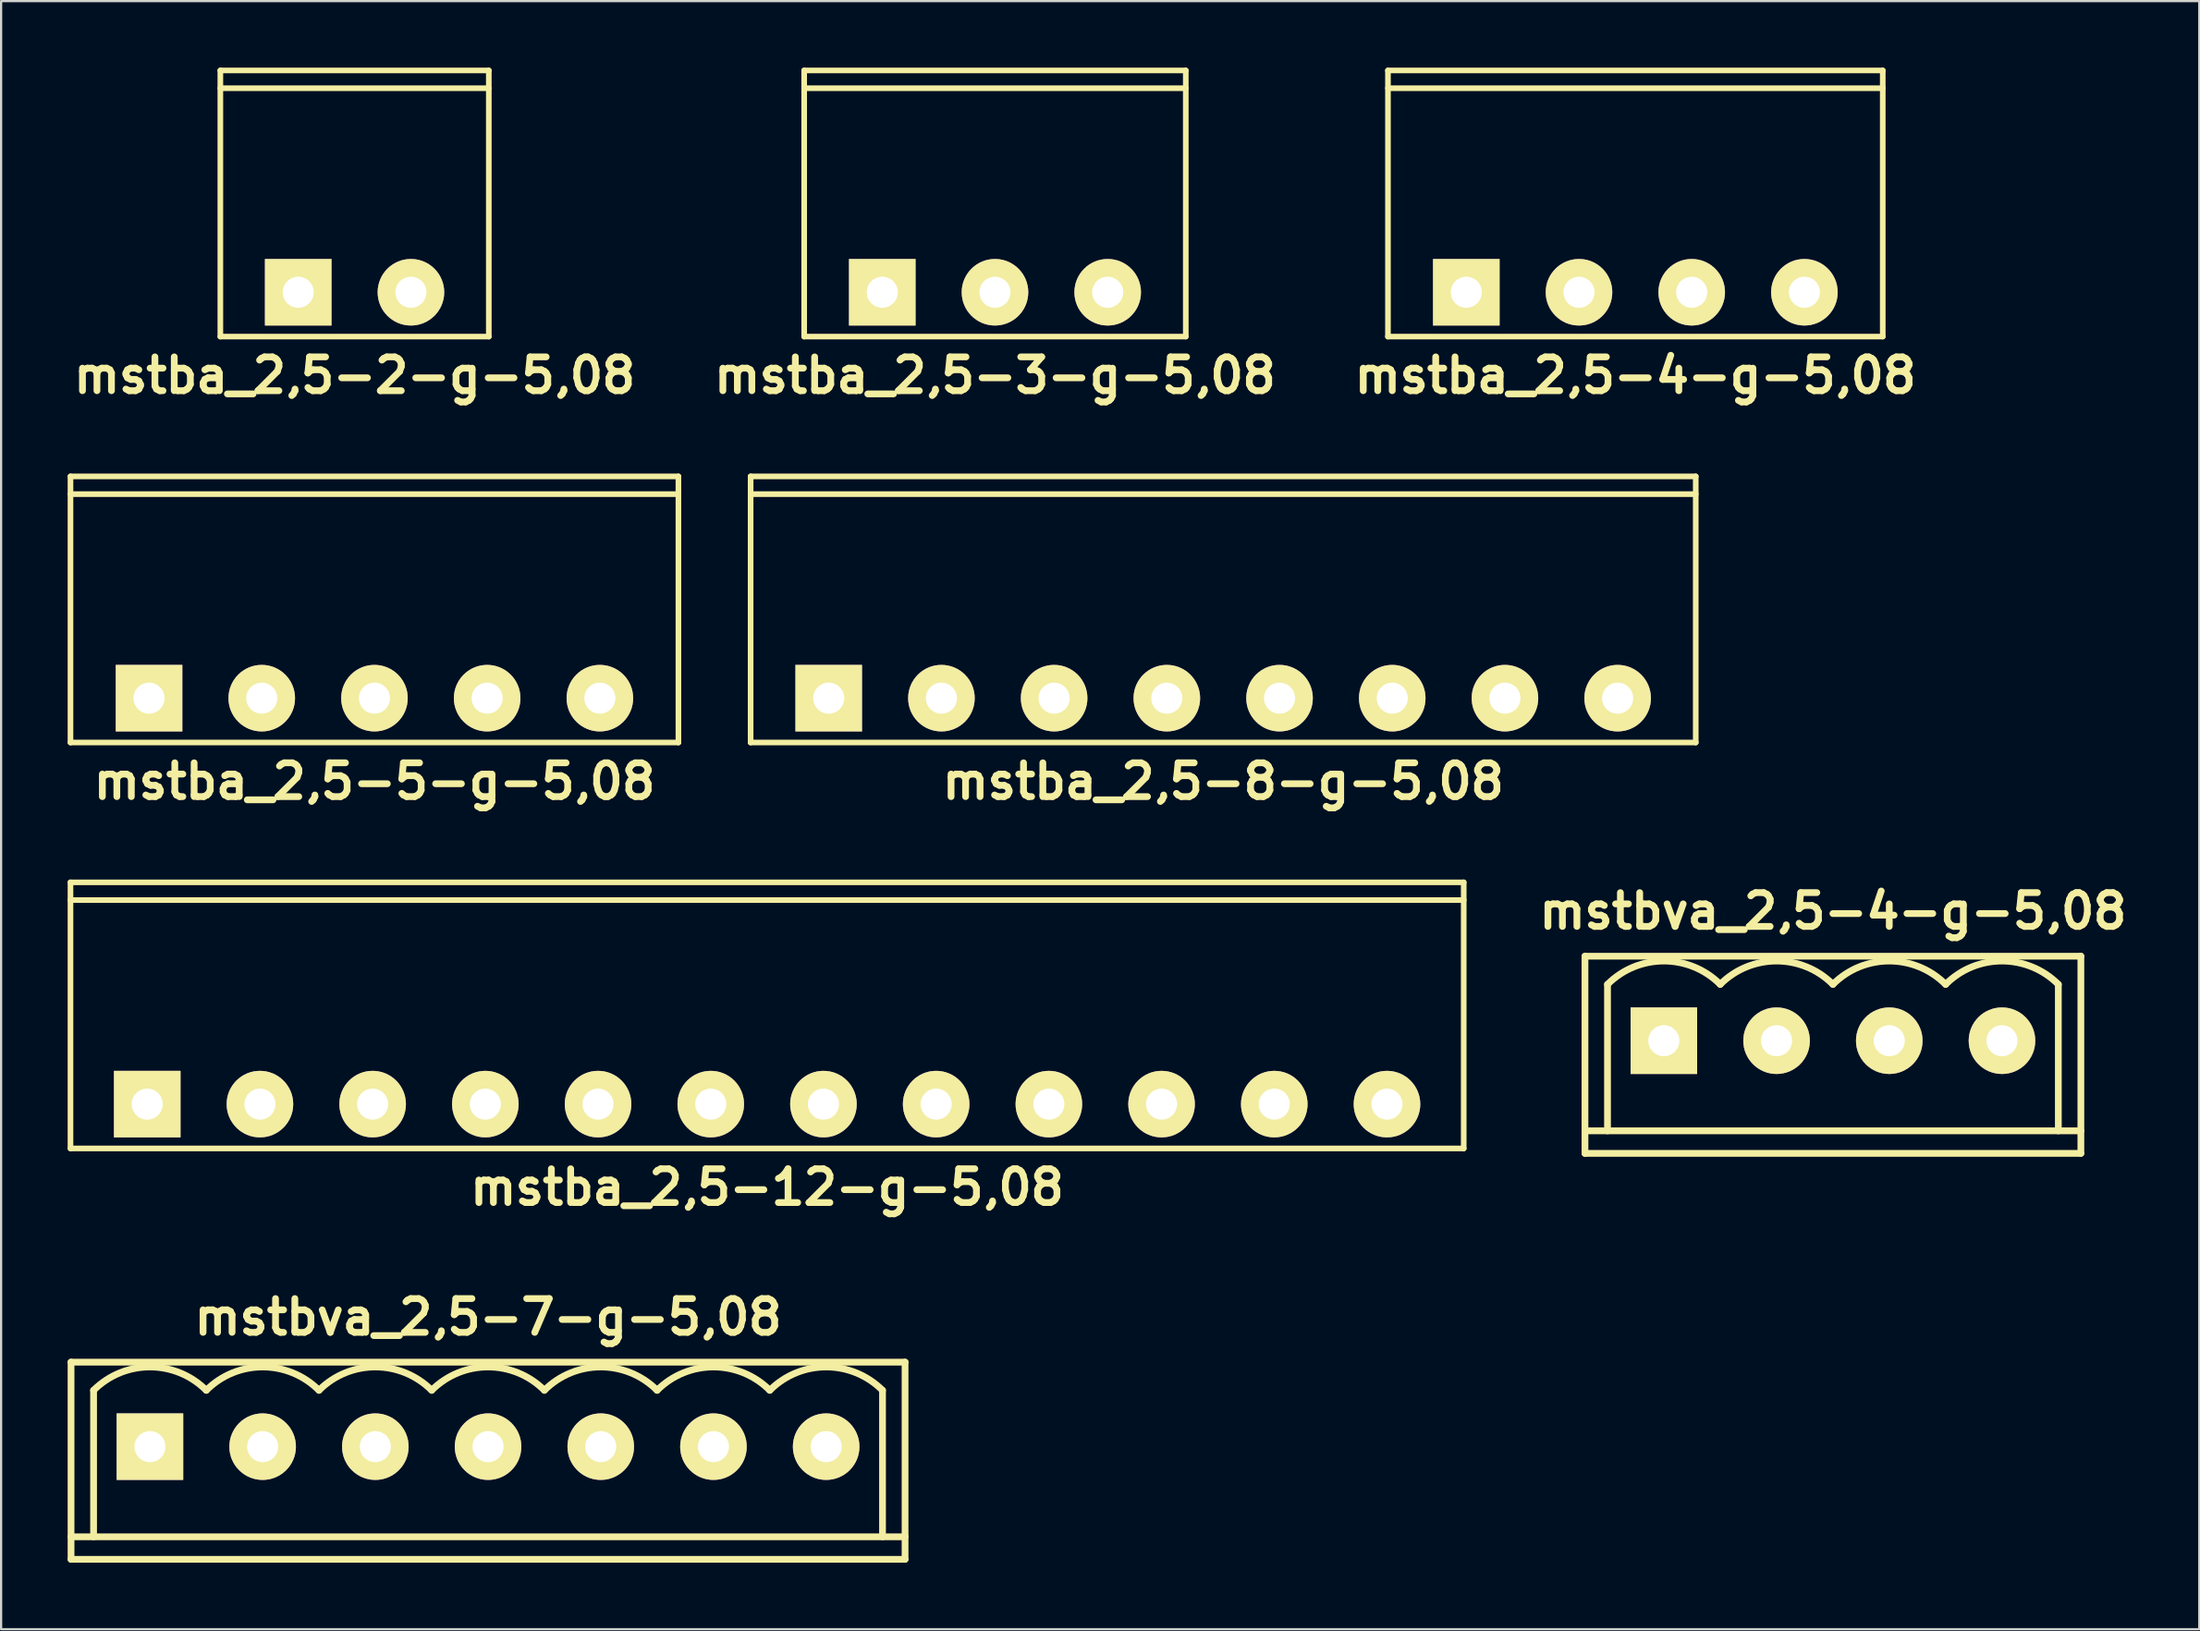
<source format=kicad_pcb>
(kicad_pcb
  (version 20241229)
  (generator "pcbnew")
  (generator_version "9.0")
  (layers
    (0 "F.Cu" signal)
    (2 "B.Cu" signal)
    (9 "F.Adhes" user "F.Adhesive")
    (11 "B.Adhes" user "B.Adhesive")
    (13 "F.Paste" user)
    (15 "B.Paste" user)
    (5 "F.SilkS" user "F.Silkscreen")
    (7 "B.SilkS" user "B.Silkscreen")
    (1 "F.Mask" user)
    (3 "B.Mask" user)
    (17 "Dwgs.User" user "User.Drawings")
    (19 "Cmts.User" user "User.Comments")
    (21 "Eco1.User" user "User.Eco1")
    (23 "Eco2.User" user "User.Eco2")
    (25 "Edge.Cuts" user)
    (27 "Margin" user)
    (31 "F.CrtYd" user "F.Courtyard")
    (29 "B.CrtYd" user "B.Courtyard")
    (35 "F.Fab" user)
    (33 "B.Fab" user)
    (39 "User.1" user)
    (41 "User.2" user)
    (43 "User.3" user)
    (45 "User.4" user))
  (footprint "mstba_2,5-8-g-5,08"
    (layer "F.Cu")
    (at 52.083 28.429)
    (property "Reference" "mstba_2,5-8-g-5,08" (at 0 3.749 0) (layer "F.SilkS") (effects (font (size 1.524 1.524) (thickness 0.305))))
    (attr through_hole)
    (fp_line (start -21.3 -10) (end -21.3 1.999) (stroke (width 0.254) (type solid)) (layer "F.SilkS"))
    (fp_line (start -21.3 -9.2) (end 21.3 -9.2) (stroke (width 0.254) (type solid)) (layer "F.SilkS"))
    (fp_line (start -21.3 1.999) (end 21.3 1.999) (stroke (width 0.254) (type solid)) (layer "F.SilkS"))
    (fp_line (start 21.3 -10) (end -21.3 -10) (stroke (width 0.254) (type solid)) (layer "F.SilkS"))
    (fp_line (start 21.3 1.999) (end 21.3 -10) (stroke (width 0.254) (type solid)) (layer "F.SilkS"))
    (pad "1" thru_hole rect (at -17.78 0) (size 3 3) (drill 1.4) (layers "*.Cu" "*.Mask" "F.SilkS"))
    (pad "2" thru_hole circle (at -12.7 0) (size 3 3) (drill 1.4) (layers "*.Cu" "*.Mask" "F.SilkS"))
    (pad "3" thru_hole circle (at -7.62 0) (size 3 3) (drill 1.4) (layers "*.Cu" "*.Mask" "F.SilkS"))
    (pad "4" thru_hole circle (at -2.54 0) (size 3 3) (drill 1.4) (layers "*.Cu" "*.Mask" "F.SilkS"))
    (pad "5" thru_hole circle (at 2.54 0) (size 3 3) (drill 1.4) (layers "*.Cu" "*.Mask" "F.SilkS"))
    (pad "6" thru_hole circle (at 7.62 0) (size 3 3) (drill 1.4) (layers "*.Cu" "*.Mask" "F.SilkS"))
    (pad "7" thru_hole circle (at 12.7 0) (size 3 3) (drill 1.4) (layers "*.Cu" "*.Mask" "F.SilkS"))
    (pad "8" thru_hole circle (at 17.78 0) (size 3 3) (drill 1.4) (layers "*.Cu" "*.Mask" "F.SilkS")))
  (footprint "mstba_2,5-2-g-5,08"
    (layer "F.Cu")
    (at 12.932 10.127)
    (property "Reference" "mstba_2,5-2-g-5,08" (at 0 3.749 0) (layer "F.SilkS") (effects (font (size 1.524 1.524) (thickness 0.305))))
    (attr through_hole)
    (fp_line (start -6.05 -9.2) (end 6.05 -9.2) (stroke (width 0.254) (type solid)) (layer "F.SilkS"))
    (fp_line (start -6.05 1.999) (end -6.05 -10) (stroke (width 0.254) (type solid)) (layer "F.SilkS"))
    (fp_line (start 6.05 -10) (end -6.05 -10) (stroke (width 0.254) (type solid)) (layer "F.SilkS"))
    (fp_line (start 6.05 1.999) (end -6.05 1.999) (stroke (width 0.254) (type solid)) (layer "F.SilkS"))
    (fp_line (start 6.05 1.999) (end 6.05 -10) (stroke (width 0.254) (type solid)) (layer "F.SilkS"))
    (pad "1" thru_hole rect (at -2.54 0) (size 3 3) (drill 1.4) (layers "*.Cu" "*.Mask" "F.SilkS"))
    (pad "2" thru_hole circle (at 2.54 0) (size 3 3) (drill 1.4) (layers "*.Cu" "*.Mask" "F.SilkS")))
  (footprint "mstbva_2,5-4-g-5,08"
    (layer "F.Cu")
    (at 79.566 43.873)
    (property "Reference" "mstbva_2,5-4-g-5,08" (at 0 -5.842 0) (layer "F.SilkS") (effects (font (size 1.524 1.524) (thickness 0.305))))
    (attr through_hole)
    (fp_line (start -11.176 -3.81) (end -11.176 5.08) (stroke (width 0.305) (type solid)) (layer "F.SilkS"))
    (fp_line (start -11.176 4.064) (end 11.176 4.064) (stroke (width 0.305) (type solid)) (layer "F.SilkS"))
    (fp_line (start -10.16 -2.54) (end -10.16 4.064) (stroke (width 0.305) (type solid)) (layer "F.SilkS"))
    (fp_line (start 10.16 -2.54) (end 10.16 4.064) (stroke (width 0.305) (type solid)) (layer "F.SilkS"))
    (fp_line (start 11.176 -3.81) (end -11.176 -3.81) (stroke (width 0.305) (type solid)) (layer "F.SilkS"))
    (fp_line (start 11.176 5.08) (end -11.176 5.08) (stroke (width 0.305) (type solid)) (layer "F.SilkS"))
    (fp_line (start 11.176 5.08) (end 11.176 -3.81) (stroke (width 0.305) (type solid)) (layer "F.SilkS"))
    (fp_arc (start -10.16 -2.54) (mid -7.62 -3.592102) (end -5.08 -2.54) (stroke (width 0.3048) (type solid)) (layer "F.SilkS"))
    (fp_arc (start -5.08 -2.54) (mid -2.54 -3.592102) (end 0 -2.54) (stroke (width 0.3048) (type solid)) (layer "F.SilkS"))
    (fp_arc (start 0 -2.54) (mid 2.54 -3.592102) (end 5.08 -2.54) (stroke (width 0.3048) (type solid)) (layer "F.SilkS"))
    (fp_arc (start 5.08 -2.54) (mid 7.62 -3.592102) (end 10.16 -2.54) (stroke (width 0.3048) (type solid)) (layer "F.SilkS"))
    (pad "1" thru_hole rect (at -7.62 0) (size 3 3) (drill 1.4) (layers "*.Cu" "*.Mask" "F.SilkS"))
    (pad "2" thru_hole circle (at -2.54 0) (size 3 3) (drill 1.4) (layers "*.Cu" "*.Mask" "F.SilkS"))
    (pad "3" thru_hole circle (at 2.54 0) (size 3 3) (drill 1.4) (layers "*.Cu" "*.Mask" "F.SilkS"))
    (pad "4" thru_hole circle (at 7.62 0) (size 3 3) (drill 1.4) (layers "*.Cu" "*.Mask" "F.SilkS")))
  (footprint "mstba_2,5-12-g-5,08"
    (layer "F.Cu")
    (at 31.526 46.732)
    (property "Reference" "mstba_2,5-12-g-5,08" (at 0 3.749 0) (layer "F.SilkS") (effects (font (size 1.524 1.524) (thickness 0.305))))
    (attr through_hole)
    (fp_line (start -31.399 -10) (end -31.399 1.999) (stroke (width 0.254) (type solid)) (layer "F.SilkS"))
    (fp_line (start -31.399 -9.2) (end 31.399 -9.2) (stroke (width 0.254) (type solid)) (layer "F.SilkS"))
    (fp_line (start -31.399 1.999) (end 31.399 1.999) (stroke (width 0.254) (type solid)) (layer "F.SilkS"))
    (fp_line (start 31.399 -10) (end -31.399 -10) (stroke (width 0.254) (type solid)) (layer "F.SilkS"))
    (fp_line (start 31.399 1.999) (end 31.399 -10) (stroke (width 0.254) (type solid)) (layer "F.SilkS"))
    (pad "1" thru_hole rect (at -27.94 0) (size 3 3) (drill 1.4) (layers "*.Cu" "*.Mask" "F.SilkS"))
    (pad "2" thru_hole circle (at -22.86 0) (size 3 3) (drill 1.4) (layers "*.Cu" "*.Mask" "F.SilkS"))
    (pad "3" thru_hole circle (at -17.78 0) (size 3 3) (drill 1.4) (layers "*.Cu" "*.Mask" "F.SilkS"))
    (pad "4" thru_hole circle (at -12.7 0) (size 3 3) (drill 1.4) (layers "*.Cu" "*.Mask" "F.SilkS"))
    (pad "5" thru_hole circle (at -7.62 0) (size 3 3) (drill 1.4) (layers "*.Cu" "*.Mask" "F.SilkS"))
    (pad "6" thru_hole circle (at -2.54 0) (size 3 3) (drill 1.4) (layers "*.Cu" "*.Mask" "F.SilkS"))
    (pad "7" thru_hole circle (at 2.54 0) (size 3 3) (drill 1.4) (layers "*.Cu" "*.Mask" "F.SilkS"))
    (pad "8" thru_hole circle (at 7.62 0) (size 3 3) (drill 1.4) (layers "*.Cu" "*.Mask" "F.SilkS"))
    (pad "9" thru_hole circle (at 12.7 0) (size 3 3) (drill 1.4) (layers "*.Cu" "*.Mask" "F.SilkS"))
    (pad "10" thru_hole circle (at 17.78 0) (size 3 3) (drill 1.4) (layers "*.Cu" "*.Mask" "F.SilkS"))
    (pad "11" thru_hole circle (at 22.86 0) (size 3 3) (drill 1.4) (layers "*.Cu" "*.Mask" "F.SilkS"))
    (pad "12" thru_hole circle (at 27.94 0) (size 3 3) (drill 1.4) (layers "*.Cu" "*.Mask" "F.SilkS")))
  (footprint "mstba_2,5-4-g-5,08"
    (layer "F.Cu")
    (at 70.661 10.127)
    (property "Reference" "mstba_2,5-4-g-5,08" (at 0 3.749 0) (layer "F.SilkS") (effects (font (size 1.524 1.524) (thickness 0.305))))
    (attr through_hole)
    (fp_line (start -11.151 -9.2) (end 11.151 -9.2) (stroke (width 0.254) (type solid)) (layer "F.SilkS"))
    (fp_line (start -11.151 1.999) (end -11.151 -10) (stroke (width 0.254) (type solid)) (layer "F.SilkS"))
    (fp_line (start -11.151 1.999) (end 11.151 1.999) (stroke (width 0.254) (type solid)) (layer "F.SilkS"))
    (fp_line (start 11.151 -10) (end -11.151 -10) (stroke (width 0.254) (type solid)) (layer "F.SilkS"))
    (fp_line (start 11.151 1.999) (end 11.151 -10) (stroke (width 0.254) (type solid)) (layer "F.SilkS"))
    (pad "1" thru_hole rect (at -7.62 0) (size 3 3) (drill 1.4) (layers "*.Cu" "*.Mask" "F.SilkS"))
    (pad "2" thru_hole circle (at -2.54 0) (size 3 3) (drill 1.4) (layers "*.Cu" "*.Mask" "F.SilkS"))
    (pad "3" thru_hole circle (at 2.54 0) (size 3 3) (drill 1.4) (layers "*.Cu" "*.Mask" "F.SilkS"))
    (pad "4" thru_hole circle (at 7.62 0) (size 3 3) (drill 1.4) (layers "*.Cu" "*.Mask" "F.SilkS")))
  (footprint "mstba_2,5-3-g-5,08"
    (layer "F.Cu")
    (at 41.797 10.127)
    (property "Reference" "mstba_2,5-3-g-5,08" (at 0 3.749 0) (layer "F.SilkS") (effects (font (size 1.524 1.524) (thickness 0.305))))
    (attr through_hole)
    (fp_line (start -8.6 -9.2) (end 8.6 -9.2) (stroke (width 0.254) (type solid)) (layer "F.SilkS"))
    (fp_line (start -8.6 1.999) (end -8.6 -10) (stroke (width 0.254) (type solid)) (layer "F.SilkS"))
    (fp_line (start -8.6 1.999) (end 8.6 1.999) (stroke (width 0.254) (type solid)) (layer "F.SilkS"))
    (fp_line (start 8.6 -10) (end -8.6 -10) (stroke (width 0.254) (type solid)) (layer "F.SilkS"))
    (fp_line (start 8.6 1.999) (end 8.6 -10) (stroke (width 0.254) (type solid)) (layer "F.SilkS"))
    (pad "1" thru_hole rect (at -5.08 0) (size 3 3) (drill 1.4) (layers "*.Cu" "*.Mask" "F.SilkS"))
    (pad "2" thru_hole circle (at 0 0) (size 3 3) (drill 1.4) (layers "*.Cu" "*.Mask" "F.SilkS"))
    (pad "3" thru_hole circle (at 5.08 0) (size 3 3) (drill 1.4) (layers "*.Cu" "*.Mask" "F.SilkS")))
  (footprint "mstbva_2,5-7-g-5,08"
    (layer "F.Cu")
    (at 18.948 62.176)
    (property "Reference" "mstbva_2,5-7-g-5,08" (at 0 -5.842 0) (layer "F.SilkS") (effects (font (size 1.524 1.524) (thickness 0.305))))
    (attr through_hole)
    (fp_line (start -18.796 -3.81) (end -18.796 5.08) (stroke (width 0.305) (type solid)) (layer "F.SilkS"))
    (fp_line (start -18.796 4.064) (end 18.796 4.064) (stroke (width 0.305) (type solid)) (layer "F.SilkS"))
    (fp_line (start -17.78 -2.54) (end -17.78 4.064) (stroke (width 0.305) (type solid)) (layer "F.SilkS"))
    (fp_line (start 17.78 -2.54) (end 17.78 4.064) (stroke (width 0.305) (type solid)) (layer "F.SilkS"))
    (fp_line (start 18.796 -3.81) (end -18.796 -3.81) (stroke (width 0.305) (type solid)) (layer "F.SilkS"))
    (fp_line (start 18.796 5.08) (end -18.796 5.08) (stroke (width 0.305) (type solid)) (layer "F.SilkS"))
    (fp_line (start 18.796 5.08) (end 18.796 -3.81) (stroke (width 0.305) (type solid)) (layer "F.SilkS"))
    (fp_arc (start -17.78 -2.54) (mid -15.24 -3.592102) (end -12.7 -2.54) (stroke (width 0.3048) (type solid)) (layer "F.SilkS"))
    (fp_arc (start -12.7 -2.54) (mid -10.16 -3.592102) (end -7.62 -2.54) (stroke (width 0.3048) (type solid)) (layer "F.SilkS"))
    (fp_arc (start -7.62 -2.54) (mid -5.08 -3.592102) (end -2.54 -2.54) (stroke (width 0.3048) (type solid)) (layer "F.SilkS"))
    (fp_arc (start -2.54 -2.54) (mid 0 -3.592102) (end 2.54 -2.54) (stroke (width 0.3048) (type solid)) (layer "F.SilkS"))
    (fp_arc (start 2.54 -2.54) (mid 5.08 -3.592102) (end 7.62 -2.54) (stroke (width 0.3048) (type solid)) (layer "F.SilkS"))
    (fp_arc (start 7.62 -2.54) (mid 10.16 -3.592102) (end 12.7 -2.54) (stroke (width 0.3048) (type solid)) (layer "F.SilkS"))
    (fp_arc (start 12.7 -2.54) (mid 15.24 -3.592102) (end 17.78 -2.54) (stroke (width 0.3048) (type solid)) (layer "F.SilkS"))
    (pad "1" thru_hole rect (at -15.24 0) (size 3 3) (drill 1.4) (layers "*.Cu" "*.Mask" "F.SilkS"))
    (pad "2" thru_hole circle (at -10.16 0) (size 3 3) (drill 1.4) (layers "*.Cu" "*.Mask" "F.SilkS"))
    (pad "3" thru_hole circle (at -5.08 0) (size 3 3) (drill 1.4) (layers "*.Cu" "*.Mask" "F.SilkS"))
    (pad "4" thru_hole circle (at 0 0) (size 3 3) (drill 1.4) (layers "*.Cu" "*.Mask" "F.SilkS"))
    (pad "5" thru_hole circle (at 5.08 0) (size 3 3) (drill 1.4) (layers "*.Cu" "*.Mask" "F.SilkS"))
    (pad "6" thru_hole circle (at 10.16 0) (size 3 3) (drill 1.4) (layers "*.Cu" "*.Mask" "F.SilkS"))
    (pad "7" thru_hole circle (at 15.24 0) (size 3 3) (drill 1.4) (layers "*.Cu" "*.Mask" "F.SilkS")))
  (footprint "mstba_2,5-5-g-5,08"
    (layer "F.Cu")
    (at 13.828 28.429)
    (property "Reference" "mstba_2,5-5-g-5,08" (at 0 3.749 0) (layer "F.SilkS") (effects (font (size 1.524 1.524) (thickness 0.305))))
    (attr through_hole)
    (fp_line (start -13.701 -10) (end 13.701 -10) (stroke (width 0.254) (type solid)) (layer "F.SilkS"))
    (fp_line (start -13.701 1.999) (end -13.701 -10) (stroke (width 0.254) (type solid)) (layer "F.SilkS"))
    (fp_line (start -13.701 1.999) (end 13.701 1.999) (stroke (width 0.254) (type solid)) (layer "F.SilkS"))
    (fp_line (start 13.701 -10) (end 13.701 1.999) (stroke (width 0.254) (type solid)) (layer "F.SilkS"))
    (fp_line (start 13.701 -9.2) (end -13.701 -9.2) (stroke (width 0.254) (type solid)) (layer "F.SilkS"))
    (pad "1" thru_hole rect (at -10.16 0) (size 3 3) (drill 1.4) (layers "*.Cu" "*.Mask" "F.SilkS"))
    (pad "2" thru_hole circle (at -5.08 0) (size 3 3) (drill 1.4) (layers "*.Cu" "*.Mask" "F.SilkS"))
    (pad "3" thru_hole circle (at 0 0) (size 3 3) (drill 1.4) (layers "*.Cu" "*.Mask" "F.SilkS"))
    (pad "4" thru_hole circle (at 5.08 0) (size 3 3) (drill 1.4) (layers "*.Cu" "*.Mask" "F.SilkS"))
    (pad "5" thru_hole circle (at 10.16 0) (size 3 3) (drill 1.4) (layers "*.Cu" "*.Mask" "F.SilkS")))
  (gr_rect
    (start -3 -3)
    (end 96.079 70.408)
    (stroke (width 0.1) (type default))
    (fill no)
    (layer "Edge.Cuts")))
</source>
